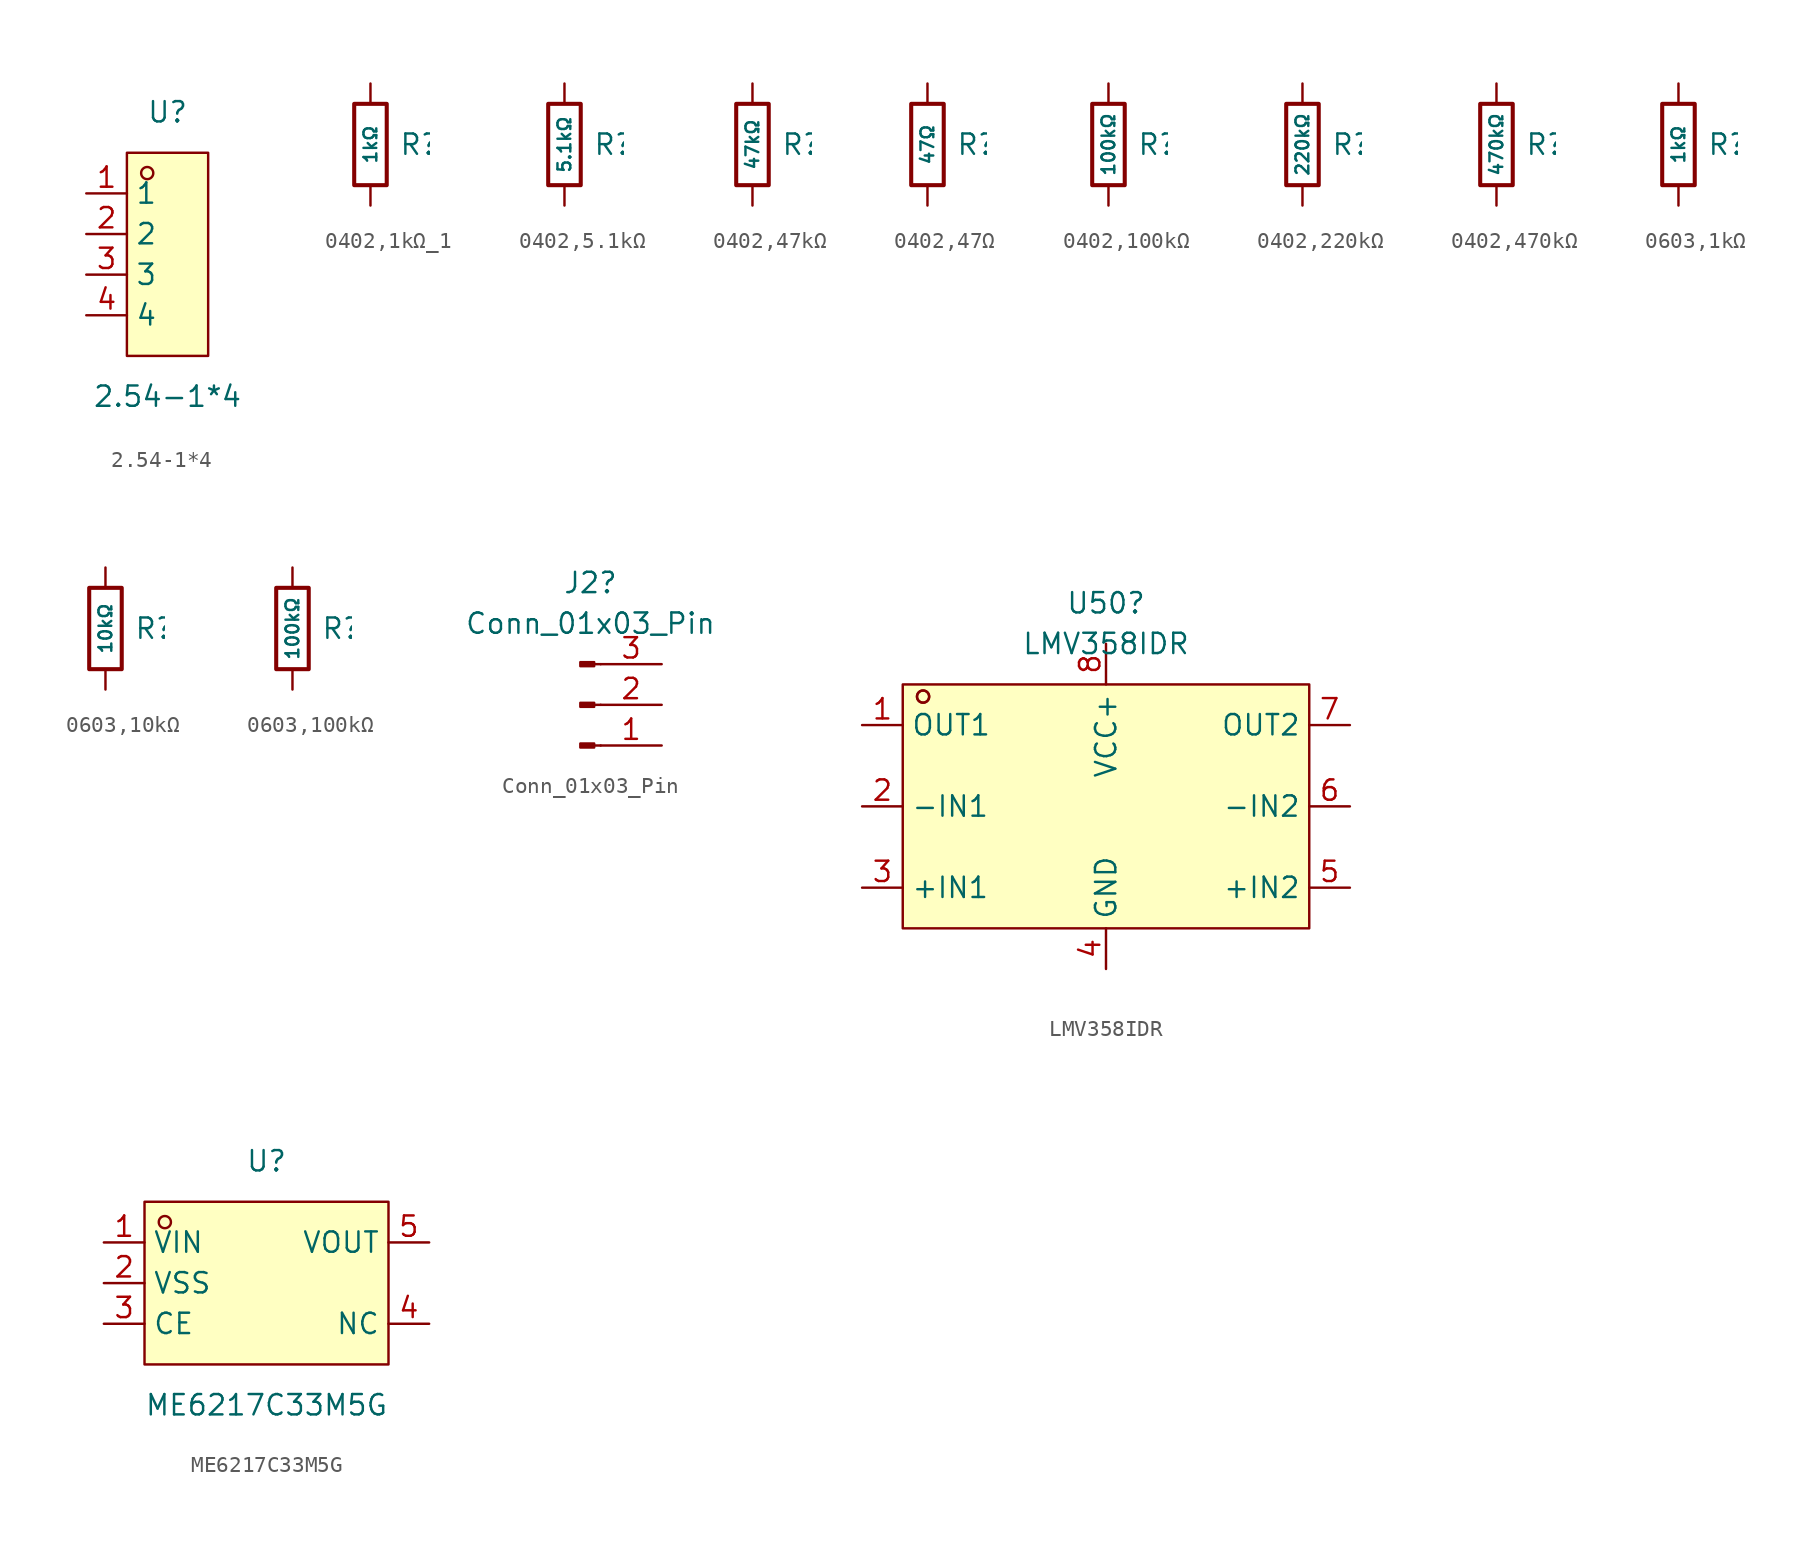
<source format=kicad_sym>
(kicad_symbol_lib
  (version 20241209)
  (generator "kicad_symbol_editor")
  (generator_version "9.0")
  (symbol "2.54-1*4"
    (property "Reference" "U"
      (at 0 8.89 0)
      (effects (font (size 1.27 1.27))))
    (property "Value" "2.54-1*4"
      (at 0 -8.89 0)
      (effects (font (size 1.27 1.27))))
    (symbol "2.54-1*4_0_1"
      (rectangle (start -2.54 6.35) (end 2.54 -6.35) (stroke (width 0) (type default)) (fill (type background)))
      (circle (center -1.27 5.08) (radius 0.38) (stroke (width 0) (type default)) (fill (type none)))
      (pin unspecified line (at -5.08 3.81 0) (length 2.54) (name "1" (effects (font (size 1.27 1.27)))) (number "1" (effects (font (size 1.27 1.27)))))
      (pin unspecified line (at -5.08 1.27 0) (length 2.54) (name "2" (effects (font (size 1.27 1.27)))) (number "2" (effects (font (size 1.27 1.27)))))
      (pin unspecified line (at -5.08 -1.27 0) (length 2.54) (name "3" (effects (font (size 1.27 1.27)))) (number "3" (effects (font (size 1.27 1.27)))))
      (pin unspecified line (at -5.08 -3.81 0) (length 2.54) (name "4" (effects (font (size 1.27 1.27)))) (number "4" (effects (font (size 1.27 1.27)))))))
  (symbol "0402,1kΩ_1"
    (pin_numbers
      (hide yes))
    (pin_names
      (offset 0))
    (property "Reference" "R"
      (at 1.778 0 0)
      (effects (font (size 1.27 1.27)) (justify left)))
    (property "Value" "1kΩ"
      (at 0 0 90)
      (do_not_autoplace)
      (effects (font (size 0.8 0.8))))
    (symbol "0402,1kΩ_1_0_1"
      (rectangle (start -1.016 2.54) (end 1.016 -2.54) (stroke (width 0.254) (type default)) (fill (type none))))
    (symbol "0402,1kΩ_1_1_1"
      (pin passive line (at 0 3.81 270) (length 1.27) (name "~" (effects (font (size 1.27 1.27)))) (number "1" (effects (font (size 1.27 1.27)))))
      (pin passive line (at 0 -3.81 90) (length 1.27) (name "~" (effects (font (size 1.27 1.27)))) (number "2" (effects (font (size 1.27 1.27)))))))
  (symbol "0402,5.1kΩ"
    (pin_numbers
      (hide yes))
    (pin_names
      (offset 0))
    (property "Reference" "R"
      (at 1.778 0 0)
      (effects (font (size 1.27 1.27)) (justify left)))
    (property "Value" "5.1kΩ"
      (at 0 0 90)
      (do_not_autoplace)
      (effects (font (size 0.8 0.8))))
    (symbol "0402,5.1kΩ_0_1"
      (rectangle (start -1.016 2.54) (end 1.016 -2.54) (stroke (width 0.254) (type default)) (fill (type none))))
    (symbol "0402,5.1kΩ_1_1"
      (pin passive line (at 0 3.81 270) (length 1.27) (name "~" (effects (font (size 1.27 1.27)))) (number "1" (effects (font (size 1.27 1.27)))))
      (pin passive line (at 0 -3.81 90) (length 1.27) (name "~" (effects (font (size 1.27 1.27)))) (number "2" (effects (font (size 1.27 1.27)))))))
  (symbol "0402,47kΩ"
    (pin_numbers
      (hide yes))
    (pin_names
      (offset 0))
    (property "Reference" "R"
      (at 1.778 0 0)
      (effects (font (size 1.27 1.27)) (justify left)))
    (property "Value" "47kΩ"
      (at 0 0 90)
      (do_not_autoplace)
      (effects (font (size 0.8 0.8))))
    (symbol "0402,47kΩ_0_1"
      (rectangle (start -1.016 2.54) (end 1.016 -2.54) (stroke (width 0.254) (type default)) (fill (type none))))
    (symbol "0402,47kΩ_1_1"
      (pin passive line (at 0 3.81 270) (length 1.27) (name "~" (effects (font (size 1.27 1.27)))) (number "1" (effects (font (size 1.27 1.27)))))
      (pin passive line (at 0 -3.81 90) (length 1.27) (name "~" (effects (font (size 1.27 1.27)))) (number "2" (effects (font (size 1.27 1.27)))))))
  (symbol "0402,47Ω"
    (pin_numbers
      (hide yes))
    (pin_names
      (offset 0))
    (property "Reference" "R"
      (at 1.778 0 0)
      (effects (font (size 1.27 1.27)) (justify left)))
    (property "Value" "47Ω"
      (at 0 0 90)
      (do_not_autoplace)
      (effects (font (size 0.8 0.8))))
    (symbol "0402,47Ω_0_1"
      (rectangle (start -1.016 2.54) (end 1.016 -2.54) (stroke (width 0.254) (type default)) (fill (type none))))
    (symbol "0402,47Ω_1_1"
      (pin passive line (at 0 3.81 270) (length 1.27) (name "~" (effects (font (size 1.27 1.27)))) (number "1" (effects (font (size 1.27 1.27)))))
      (pin passive line (at 0 -3.81 90) (length 1.27) (name "~" (effects (font (size 1.27 1.27)))) (number "2" (effects (font (size 1.27 1.27)))))))
  (symbol "0402,100kΩ"
    (pin_numbers
      (hide yes))
    (pin_names
      (offset 0))
    (property "Reference" "R"
      (at 1.778 0 0)
      (effects (font (size 1.27 1.27)) (justify left)))
    (property "Value" "100kΩ"
      (at 0 0 90)
      (do_not_autoplace)
      (effects (font (size 0.8 0.8))))
    (symbol "0402,100kΩ_0_1"
      (rectangle (start -1.016 2.54) (end 1.016 -2.54) (stroke (width 0.254) (type default)) (fill (type none))))
    (symbol "0402,100kΩ_1_1"
      (pin passive line (at 0 3.81 270) (length 1.27) (name "~" (effects (font (size 1.27 1.27)))) (number "1" (effects (font (size 1.27 1.27)))))
      (pin passive line (at 0 -3.81 90) (length 1.27) (name "~" (effects (font (size 1.27 1.27)))) (number "2" (effects (font (size 1.27 1.27)))))))
  (symbol "0402,220kΩ"
    (pin_numbers
      (hide yes))
    (pin_names
      (offset 0))
    (property "Reference" "R"
      (at 1.778 0 0)
      (effects (font (size 1.27 1.27)) (justify left)))
    (property "Value" "220kΩ"
      (at 0 0 90)
      (do_not_autoplace)
      (effects (font (size 0.8 0.8))))
    (symbol "0402,220kΩ_0_1"
      (rectangle (start -1.016 2.54) (end 1.016 -2.54) (stroke (width 0.254) (type default)) (fill (type none))))
    (symbol "0402,220kΩ_1_1"
      (pin passive line (at 0 3.81 270) (length 1.27) (name "~" (effects (font (size 1.27 1.27)))) (number "1" (effects (font (size 1.27 1.27)))))
      (pin passive line (at 0 -3.81 90) (length 1.27) (name "~" (effects (font (size 1.27 1.27)))) (number "2" (effects (font (size 1.27 1.27)))))))
  (symbol "0402,470kΩ"
    (pin_numbers
      (hide yes))
    (pin_names
      (offset 0))
    (property "Reference" "R"
      (at 1.778 0 0)
      (effects (font (size 1.27 1.27)) (justify left)))
    (property "Value" "470kΩ"
      (at 0 0 90)
      (do_not_autoplace)
      (effects (font (size 0.8 0.8))))
    (symbol "0402,470kΩ_0_1"
      (rectangle (start -1.016 2.54) (end 1.016 -2.54) (stroke (width 0.254) (type default)) (fill (type none))))
    (symbol "0402,470kΩ_1_1"
      (pin passive line (at 0 3.81 270) (length 1.27) (name "~" (effects (font (size 1.27 1.27)))) (number "1" (effects (font (size 1.27 1.27)))))
      (pin passive line (at 0 -3.81 90) (length 1.27) (name "~" (effects (font (size 1.27 1.27)))) (number "2" (effects (font (size 1.27 1.27)))))))
  (symbol "0603,1kΩ"
    (pin_numbers
      (hide yes))
    (pin_names
      (offset 0))
    (property "Reference" "R"
      (at 1.778 0 0)
      (effects (font (size 1.27 1.27)) (justify left)))
    (property "Value" "1kΩ"
      (at 0 0 90)
      (do_not_autoplace)
      (effects (font (size 0.8 0.8))))
    (symbol "0603,1kΩ_0_1"
      (rectangle (start -1.016 2.54) (end 1.016 -2.54) (stroke (width 0.254) (type default)) (fill (type none))))
    (symbol "0603,1kΩ_1_1"
      (pin passive line (at 0 3.81 270) (length 1.27) (name "~" (effects (font (size 1.27 1.27)))) (number "1" (effects (font (size 1.27 1.27)))))
      (pin passive line (at 0 -3.81 90) (length 1.27) (name "~" (effects (font (size 1.27 1.27)))) (number "2" (effects (font (size 1.27 1.27)))))))
  (symbol "0603,10kΩ"
    (pin_numbers
      (hide yes))
    (pin_names
      (offset 0))
    (property "Reference" "R"
      (at 1.778 0 0)
      (effects (font (size 1.27 1.27)) (justify left)))
    (property "Value" "10kΩ"
      (at 0 0 90)
      (do_not_autoplace)
      (effects (font (size 0.8 0.8))))
    (symbol "0603,10kΩ_0_1"
      (rectangle (start -1.016 2.54) (end 1.016 -2.54) (stroke (width 0.254) (type default)) (fill (type none))))
    (symbol "0603,10kΩ_1_1"
      (pin passive line (at 0 3.81 270) (length 1.27) (name "~" (effects (font (size 1.27 1.27)))) (number "1" (effects (font (size 1.27 1.27)))))
      (pin passive line (at 0 -3.81 90) (length 1.27) (name "~" (effects (font (size 1.27 1.27)))) (number "2" (effects (font (size 1.27 1.27)))))))
  (symbol "0603,100kΩ"
    (pin_numbers
      (hide yes))
    (pin_names
      (offset 0))
    (property "Reference" "R"
      (at 1.778 0 0)
      (effects (font (size 1.27 1.27)) (justify left)))
    (property "Value" "100kΩ"
      (at 0 0 90)
      (do_not_autoplace)
      (effects (font (size 0.8 0.8))))
    (symbol "0603,100kΩ_0_1"
      (rectangle (start -1.016 2.54) (end 1.016 -2.54) (stroke (width 0.254) (type default)) (fill (type none))))
    (symbol "0603,100kΩ_1_1"
      (pin passive line (at 0 3.81 270) (length 1.27) (name "~" (effects (font (size 1.27 1.27)))) (number "1" (effects (font (size 1.27 1.27)))))
      (pin passive line (at 0 -3.81 90) (length 1.27) (name "~" (effects (font (size 1.27 1.27)))) (number "2" (effects (font (size 1.27 1.27)))))))
  (symbol "Conn_01x03_Pin"
    (pin_names
      (offset 1.016)
      (hide yes))
    (property "Reference" "J2"
      (at 0.635 7.62 0)
      (effects (font (size 1.27 1.27))))
    (property "Value" "Conn_01x03_Pin"
      (at 0.635 5.08 0)
      (effects (font (size 1.27 1.27))))
    (property "ki_locked" ""
      (at 0 0 0)
      (effects (font (size 1.27 1.27))))
    (symbol "Conn_01x03_Pin_1_1"
      (rectangle (start 0.864 2.667) (end 0 2.413) (stroke (width 0.152) (type default)) (fill (type outline)))
      (rectangle (start 0.864 0.127) (end 0 -0.127) (stroke (width 0.152) (type default)) (fill (type outline)))
      (rectangle (start 0.864 -2.413) (end 0 -2.667) (stroke (width 0.152) (type default)) (fill (type outline)))
      (polyline (pts (xy 1.27 2.54) (xy 0.864 2.54)) (stroke (width 0.152) (type default)) (fill (type none)))
      (polyline (pts (xy 1.27 0) (xy 0.864 0)) (stroke (width 0.152) (type default)) (fill (type none)))
      (polyline (pts (xy 1.27 -2.54) (xy 0.864 -2.54)) (stroke (width 0.152) (type default)) (fill (type none)))
      (pin passive line (at 5.08 2.54 180) (length 3.81) (name "Pin_3" (effects (font (size 1.27 1.27)))) (number "3" (effects (font (size 1.27 1.27)))))
      (pin passive line (at 5.08 0 180) (length 3.81) (name "Pin_2" (effects (font (size 1.27 1.27)))) (number "2" (effects (font (size 1.27 1.27)))))
      (pin passive line (at 5.08 -2.54 180) (length 3.81) (name "Pin_1" (effects (font (size 1.27 1.27)))) (number "1" (effects (font (size 1.27 1.27)))))))
  (symbol "LMV358IDR"
    (property "Reference" "U50"
      (at 0 11.43 0)
      (effects (font (size 1.27 1.27))))
    (property "Value" "LMV358IDR"
      (at 0 8.89 0)
      (effects (font (size 1.27 1.27))))
    (symbol "LMV358IDR_0_1"
      (rectangle (start -12.7 6.35) (end 12.7 -8.89) (stroke (width 0) (type default)) (fill (type background)))
      (circle (center -11.43 5.59) (radius 0.38) (stroke (width 0) (type default)) (fill (type none)))
      (circle (center -11.43 5.59) (radius 0.38) (stroke (width 0) (type default)) (fill (type none)))
      (pin unspecified line (at -15.24 3.81 0) (length 2.54) (name "OUT1" (effects (font (size 1.27 1.27)))) (number "1" (effects (font (size 1.27 1.27)))))
      (pin unspecified line (at -15.24 -1.27 0) (length 2.54) (name "-IN1" (effects (font (size 1.27 1.27)))) (number "2" (effects (font (size 1.27 1.27)))))
      (pin unspecified line (at -15.24 -6.35 0) (length 2.54) (name "+IN1" (effects (font (size 1.27 1.27)))) (number "3" (effects (font (size 1.27 1.27)))))
      (pin unspecified line (at 0 8.89 270) (length 2.54) (name "VCC+" (effects (font (size 1.27 1.27)))) (number "8" (effects (font (size 1.27 1.27)))))
      (pin unspecified line (at 0 -11.43 90) (length 2.54) (name "GND" (effects (font (size 1.27 1.27)))) (number "4" (effects (font (size 1.27 1.27)))))
      (pin unspecified line (at 15.24 3.81 180) (length 2.54) (name "OUT2" (effects (font (size 1.27 1.27)))) (number "7" (effects (font (size 1.27 1.27)))))
      (pin unspecified line (at 15.24 -1.27 180) (length 2.54) (name "-IN2" (effects (font (size 1.27 1.27)))) (number "6" (effects (font (size 1.27 1.27)))))
      (pin unspecified line (at 15.24 -6.35 180) (length 2.54) (name "+IN2" (effects (font (size 1.27 1.27)))) (number "5" (effects (font (size 1.27 1.27)))))))
  (symbol "ME6217C33M5G"
    (property "Reference" "U"
      (at 0 7.62 0)
      (effects (font (size 1.27 1.27))))
    (property "Value" "ME6217C33M5G"
      (at 0 -7.62 0)
      (effects (font (size 1.27 1.27))))
    (symbol "ME6217C33M5G_0_1"
      (rectangle (start -7.62 5.08) (end 7.62 -5.08) (stroke (width 0) (type default)) (fill (type background)))
      (circle (center -6.35 3.81) (radius 0.38) (stroke (width 0) (type default)) (fill (type none)))
      (pin unspecified line (at -10.16 2.54 0) (length 2.54) (name "VIN" (effects (font (size 1.27 1.27)))) (number "1" (effects (font (size 1.27 1.27)))))
      (pin unspecified line (at -10.16 0 0) (length 2.54) (name "VSS" (effects (font (size 1.27 1.27)))) (number "2" (effects (font (size 1.27 1.27)))))
      (pin unspecified line (at -10.16 -2.54 0) (length 2.54) (name "CE" (effects (font (size 1.27 1.27)))) (number "3" (effects (font (size 1.27 1.27)))))
      (pin unspecified line (at 10.16 2.54 180) (length 2.54) (name "VOUT" (effects (font (size 1.27 1.27)))) (number "5" (effects (font (size 1.27 1.27)))))
      (pin unspecified line (at 10.16 -2.54 180) (length 2.54) (name "NC" (effects (font (size 1.27 1.27)))) (number "4" (effects (font (size 1.27 1.27))))))))
</source>
